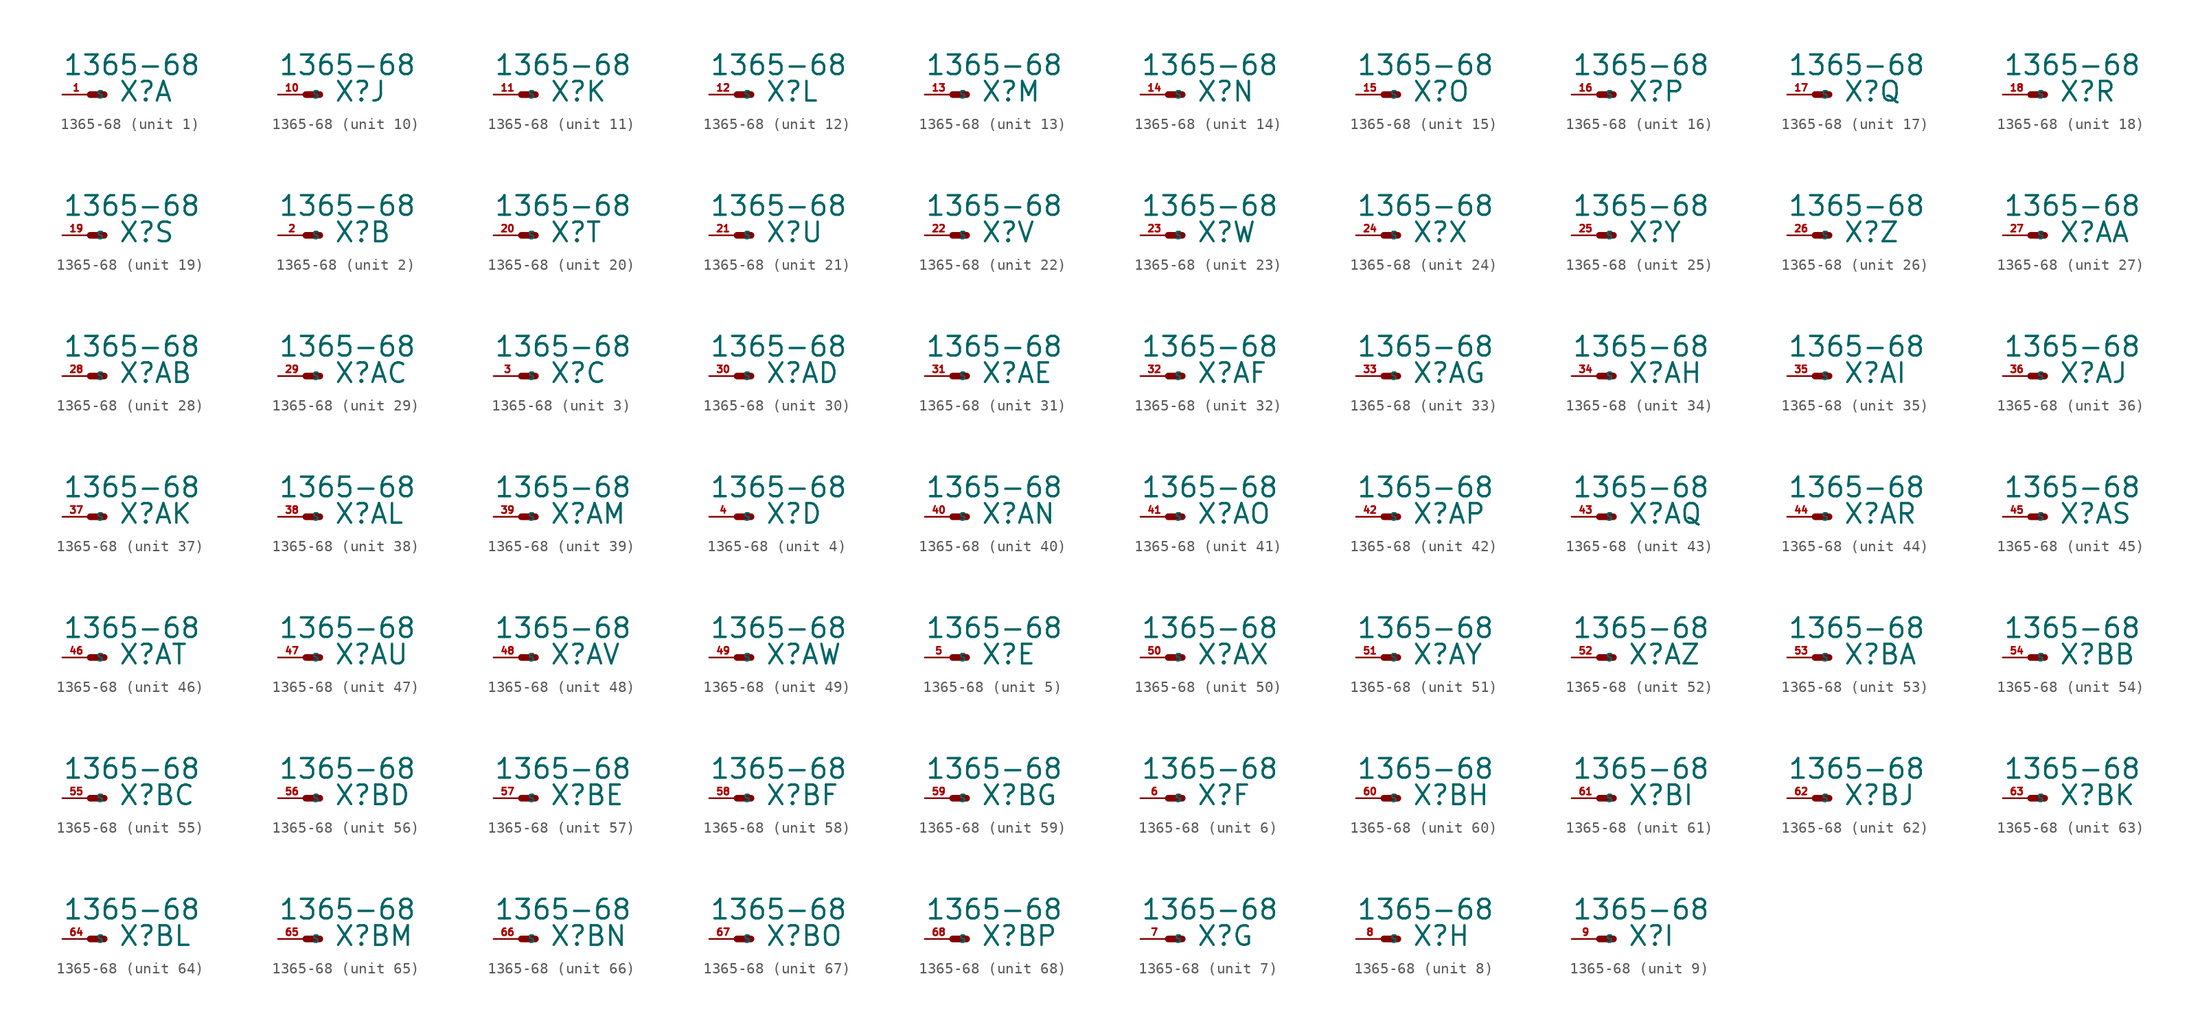
<source format=kicad_sym>
(kicad_symbol_lib
  (version 20220914)
  (generator Eagle2Kicad)
  (symbol "1365-68"
    (property "Reference" "X"
      (at 2.54 -0.762 0)
      (effects (font (size 1.778 1.778) (thickness 0.22)) (justify left bottom)))
    (property "Value" "1365-68"
      (at -2.54 1.651 0)
      (effects (font (size 1.778 1.778) (thickness 0.22)) (justify left bottom)))
    (symbol "1365-68_1_0"
      (polyline (pts (xy 0 0) (xy 1.27 0)) (stroke (width 0.61) (type default)) (fill (type none)))
      (pin passive line (at -2.54 0 0) (length 2.54) (name "S" (effects (font (size 0.635 0.635) (thickness 0.08)) (justify left bottom))) (number "1" (effects (font (size 0.635 0.635) (thickness 0.08)) (justify left bottom)))))
    (symbol "1365-68_2_0"
      (polyline (pts (xy 0 0) (xy 1.27 0)) (stroke (width 0.61) (type default)) (fill (type none)))
      (pin passive line (at -2.54 0 0) (length 2.54) (name "S" (effects (font (size 0.635 0.635) (thickness 0.08)) (justify left bottom))) (number "2" (effects (font (size 0.635 0.635) (thickness 0.08)) (justify left bottom)))))
    (symbol "1365-68_3_0"
      (polyline (pts (xy 0 0) (xy 1.27 0)) (stroke (width 0.61) (type default)) (fill (type none)))
      (pin passive line (at -2.54 0 0) (length 2.54) (name "S" (effects (font (size 0.635 0.635) (thickness 0.08)) (justify left bottom))) (number "3" (effects (font (size 0.635 0.635) (thickness 0.08)) (justify left bottom)))))
    (symbol "1365-68_4_0"
      (polyline (pts (xy 0 0) (xy 1.27 0)) (stroke (width 0.61) (type default)) (fill (type none)))
      (pin passive line (at -2.54 0 0) (length 2.54) (name "S" (effects (font (size 0.635 0.635) (thickness 0.08)) (justify left bottom))) (number "4" (effects (font (size 0.635 0.635) (thickness 0.08)) (justify left bottom)))))
    (symbol "1365-68_5_0"
      (polyline (pts (xy 0 0) (xy 1.27 0)) (stroke (width 0.61) (type default)) (fill (type none)))
      (pin passive line (at -2.54 0 0) (length 2.54) (name "S" (effects (font (size 0.635 0.635) (thickness 0.08)) (justify left bottom))) (number "5" (effects (font (size 0.635 0.635) (thickness 0.08)) (justify left bottom)))))
    (symbol "1365-68_6_0"
      (polyline (pts (xy 0 0) (xy 1.27 0)) (stroke (width 0.61) (type default)) (fill (type none)))
      (pin passive line (at -2.54 0 0) (length 2.54) (name "S" (effects (font (size 0.635 0.635) (thickness 0.08)) (justify left bottom))) (number "6" (effects (font (size 0.635 0.635) (thickness 0.08)) (justify left bottom)))))
    (symbol "1365-68_7_0"
      (polyline (pts (xy 0 0) (xy 1.27 0)) (stroke (width 0.61) (type default)) (fill (type none)))
      (pin passive line (at -2.54 0 0) (length 2.54) (name "S" (effects (font (size 0.635 0.635) (thickness 0.08)) (justify left bottom))) (number "7" (effects (font (size 0.635 0.635) (thickness 0.08)) (justify left bottom)))))
    (symbol "1365-68_8_0"
      (polyline (pts (xy 0 0) (xy 1.27 0)) (stroke (width 0.61) (type default)) (fill (type none)))
      (pin passive line (at -2.54 0 0) (length 2.54) (name "S" (effects (font (size 0.635 0.635) (thickness 0.08)) (justify left bottom))) (number "8" (effects (font (size 0.635 0.635) (thickness 0.08)) (justify left bottom)))))
    (symbol "1365-68_9_0"
      (polyline (pts (xy 0 0) (xy 1.27 0)) (stroke (width 0.61) (type default)) (fill (type none)))
      (pin passive line (at -2.54 0 0) (length 2.54) (name "S" (effects (font (size 0.635 0.635) (thickness 0.08)) (justify left bottom))) (number "9" (effects (font (size 0.635 0.635) (thickness 0.08)) (justify left bottom)))))
    (symbol "1365-68_10_0"
      (polyline (pts (xy 0 0) (xy 1.27 0)) (stroke (width 0.61) (type default)) (fill (type none)))
      (pin passive line (at -2.54 0 0) (length 2.54) (name "S" (effects (font (size 0.635 0.635) (thickness 0.08)) (justify left bottom))) (number "10" (effects (font (size 0.635 0.635) (thickness 0.08)) (justify left bottom)))))
    (symbol "1365-68_11_0"
      (polyline (pts (xy 0 0) (xy 1.27 0)) (stroke (width 0.61) (type default)) (fill (type none)))
      (pin passive line (at -2.54 0 0) (length 2.54) (name "S" (effects (font (size 0.635 0.635) (thickness 0.08)) (justify left bottom))) (number "11" (effects (font (size 0.635 0.635) (thickness 0.08)) (justify left bottom)))))
    (symbol "1365-68_12_0"
      (polyline (pts (xy 0 0) (xy 1.27 0)) (stroke (width 0.61) (type default)) (fill (type none)))
      (pin passive line (at -2.54 0 0) (length 2.54) (name "S" (effects (font (size 0.635 0.635) (thickness 0.08)) (justify left bottom))) (number "12" (effects (font (size 0.635 0.635) (thickness 0.08)) (justify left bottom)))))
    (symbol "1365-68_13_0"
      (polyline (pts (xy 0 0) (xy 1.27 0)) (stroke (width 0.61) (type default)) (fill (type none)))
      (pin passive line (at -2.54 0 0) (length 2.54) (name "S" (effects (font (size 0.635 0.635) (thickness 0.08)) (justify left bottom))) (number "13" (effects (font (size 0.635 0.635) (thickness 0.08)) (justify left bottom)))))
    (symbol "1365-68_14_0"
      (polyline (pts (xy 0 0) (xy 1.27 0)) (stroke (width 0.61) (type default)) (fill (type none)))
      (pin passive line (at -2.54 0 0) (length 2.54) (name "S" (effects (font (size 0.635 0.635) (thickness 0.08)) (justify left bottom))) (number "14" (effects (font (size 0.635 0.635) (thickness 0.08)) (justify left bottom)))))
    (symbol "1365-68_15_0"
      (polyline (pts (xy 0 0) (xy 1.27 0)) (stroke (width 0.61) (type default)) (fill (type none)))
      (pin passive line (at -2.54 0 0) (length 2.54) (name "S" (effects (font (size 0.635 0.635) (thickness 0.08)) (justify left bottom))) (number "15" (effects (font (size 0.635 0.635) (thickness 0.08)) (justify left bottom)))))
    (symbol "1365-68_16_0"
      (polyline (pts (xy 0 0) (xy 1.27 0)) (stroke (width 0.61) (type default)) (fill (type none)))
      (pin passive line (at -2.54 0 0) (length 2.54) (name "S" (effects (font (size 0.635 0.635) (thickness 0.08)) (justify left bottom))) (number "16" (effects (font (size 0.635 0.635) (thickness 0.08)) (justify left bottom)))))
    (symbol "1365-68_17_0"
      (polyline (pts (xy 0 0) (xy 1.27 0)) (stroke (width 0.61) (type default)) (fill (type none)))
      (pin passive line (at -2.54 0 0) (length 2.54) (name "S" (effects (font (size 0.635 0.635) (thickness 0.08)) (justify left bottom))) (number "17" (effects (font (size 0.635 0.635) (thickness 0.08)) (justify left bottom)))))
    (symbol "1365-68_18_0"
      (polyline (pts (xy 0 0) (xy 1.27 0)) (stroke (width 0.61) (type default)) (fill (type none)))
      (pin passive line (at -2.54 0 0) (length 2.54) (name "S" (effects (font (size 0.635 0.635) (thickness 0.08)) (justify left bottom))) (number "18" (effects (font (size 0.635 0.635) (thickness 0.08)) (justify left bottom)))))
    (symbol "1365-68_19_0"
      (polyline (pts (xy 0 0) (xy 1.27 0)) (stroke (width 0.61) (type default)) (fill (type none)))
      (pin passive line (at -2.54 0 0) (length 2.54) (name "S" (effects (font (size 0.635 0.635) (thickness 0.08)) (justify left bottom))) (number "19" (effects (font (size 0.635 0.635) (thickness 0.08)) (justify left bottom)))))
    (symbol "1365-68_20_0"
      (polyline (pts (xy 0 0) (xy 1.27 0)) (stroke (width 0.61) (type default)) (fill (type none)))
      (pin passive line (at -2.54 0 0) (length 2.54) (name "S" (effects (font (size 0.635 0.635) (thickness 0.08)) (justify left bottom))) (number "20" (effects (font (size 0.635 0.635) (thickness 0.08)) (justify left bottom)))))
    (symbol "1365-68_21_0"
      (polyline (pts (xy 0 0) (xy 1.27 0)) (stroke (width 0.61) (type default)) (fill (type none)))
      (pin passive line (at -2.54 0 0) (length 2.54) (name "S" (effects (font (size 0.635 0.635) (thickness 0.08)) (justify left bottom))) (number "21" (effects (font (size 0.635 0.635) (thickness 0.08)) (justify left bottom)))))
    (symbol "1365-68_22_0"
      (polyline (pts (xy 0 0) (xy 1.27 0)) (stroke (width 0.61) (type default)) (fill (type none)))
      (pin passive line (at -2.54 0 0) (length 2.54) (name "S" (effects (font (size 0.635 0.635) (thickness 0.08)) (justify left bottom))) (number "22" (effects (font (size 0.635 0.635) (thickness 0.08)) (justify left bottom)))))
    (symbol "1365-68_23_0"
      (polyline (pts (xy 0 0) (xy 1.27 0)) (stroke (width 0.61) (type default)) (fill (type none)))
      (pin passive line (at -2.54 0 0) (length 2.54) (name "S" (effects (font (size 0.635 0.635) (thickness 0.08)) (justify left bottom))) (number "23" (effects (font (size 0.635 0.635) (thickness 0.08)) (justify left bottom)))))
    (symbol "1365-68_24_0"
      (polyline (pts (xy 0 0) (xy 1.27 0)) (stroke (width 0.61) (type default)) (fill (type none)))
      (pin passive line (at -2.54 0 0) (length 2.54) (name "S" (effects (font (size 0.635 0.635) (thickness 0.08)) (justify left bottom))) (number "24" (effects (font (size 0.635 0.635) (thickness 0.08)) (justify left bottom)))))
    (symbol "1365-68_25_0"
      (polyline (pts (xy 0 0) (xy 1.27 0)) (stroke (width 0.61) (type default)) (fill (type none)))
      (pin passive line (at -2.54 0 0) (length 2.54) (name "S" (effects (font (size 0.635 0.635) (thickness 0.08)) (justify left bottom))) (number "25" (effects (font (size 0.635 0.635) (thickness 0.08)) (justify left bottom)))))
    (symbol "1365-68_26_0"
      (polyline (pts (xy 0 0) (xy 1.27 0)) (stroke (width 0.61) (type default)) (fill (type none)))
      (pin passive line (at -2.54 0 0) (length 2.54) (name "S" (effects (font (size 0.635 0.635) (thickness 0.08)) (justify left bottom))) (number "26" (effects (font (size 0.635 0.635) (thickness 0.08)) (justify left bottom)))))
    (symbol "1365-68_27_0"
      (polyline (pts (xy 0 0) (xy 1.27 0)) (stroke (width 0.61) (type default)) (fill (type none)))
      (pin passive line (at -2.54 0 0) (length 2.54) (name "S" (effects (font (size 0.635 0.635) (thickness 0.08)) (justify left bottom))) (number "27" (effects (font (size 0.635 0.635) (thickness 0.08)) (justify left bottom)))))
    (symbol "1365-68_28_0"
      (polyline (pts (xy 0 0) (xy 1.27 0)) (stroke (width 0.61) (type default)) (fill (type none)))
      (pin passive line (at -2.54 0 0) (length 2.54) (name "S" (effects (font (size 0.635 0.635) (thickness 0.08)) (justify left bottom))) (number "28" (effects (font (size 0.635 0.635) (thickness 0.08)) (justify left bottom)))))
    (symbol "1365-68_29_0"
      (polyline (pts (xy 0 0) (xy 1.27 0)) (stroke (width 0.61) (type default)) (fill (type none)))
      (pin passive line (at -2.54 0 0) (length 2.54) (name "S" (effects (font (size 0.635 0.635) (thickness 0.08)) (justify left bottom))) (number "29" (effects (font (size 0.635 0.635) (thickness 0.08)) (justify left bottom)))))
    (symbol "1365-68_30_0"
      (polyline (pts (xy 0 0) (xy 1.27 0)) (stroke (width 0.61) (type default)) (fill (type none)))
      (pin passive line (at -2.54 0 0) (length 2.54) (name "S" (effects (font (size 0.635 0.635) (thickness 0.08)) (justify left bottom))) (number "30" (effects (font (size 0.635 0.635) (thickness 0.08)) (justify left bottom)))))
    (symbol "1365-68_31_0"
      (polyline (pts (xy 0 0) (xy 1.27 0)) (stroke (width 0.61) (type default)) (fill (type none)))
      (pin passive line (at -2.54 0 0) (length 2.54) (name "S" (effects (font (size 0.635 0.635) (thickness 0.08)) (justify left bottom))) (number "31" (effects (font (size 0.635 0.635) (thickness 0.08)) (justify left bottom)))))
    (symbol "1365-68_32_0"
      (polyline (pts (xy 0 0) (xy 1.27 0)) (stroke (width 0.61) (type default)) (fill (type none)))
      (pin passive line (at -2.54 0 0) (length 2.54) (name "S" (effects (font (size 0.635 0.635) (thickness 0.08)) (justify left bottom))) (number "32" (effects (font (size 0.635 0.635) (thickness 0.08)) (justify left bottom)))))
    (symbol "1365-68_33_0"
      (polyline (pts (xy 0 0) (xy 1.27 0)) (stroke (width 0.61) (type default)) (fill (type none)))
      (pin passive line (at -2.54 0 0) (length 2.54) (name "S" (effects (font (size 0.635 0.635) (thickness 0.08)) (justify left bottom))) (number "33" (effects (font (size 0.635 0.635) (thickness 0.08)) (justify left bottom)))))
    (symbol "1365-68_34_0"
      (polyline (pts (xy 0 0) (xy 1.27 0)) (stroke (width 0.61) (type default)) (fill (type none)))
      (pin passive line (at -2.54 0 0) (length 2.54) (name "S" (effects (font (size 0.635 0.635) (thickness 0.08)) (justify left bottom))) (number "34" (effects (font (size 0.635 0.635) (thickness 0.08)) (justify left bottom)))))
    (symbol "1365-68_35_0"
      (polyline (pts (xy 0 0) (xy 1.27 0)) (stroke (width 0.61) (type default)) (fill (type none)))
      (pin passive line (at -2.54 0 0) (length 2.54) (name "S" (effects (font (size 0.635 0.635) (thickness 0.08)) (justify left bottom))) (number "35" (effects (font (size 0.635 0.635) (thickness 0.08)) (justify left bottom)))))
    (symbol "1365-68_36_0"
      (polyline (pts (xy 0 0) (xy 1.27 0)) (stroke (width 0.61) (type default)) (fill (type none)))
      (pin passive line (at -2.54 0 0) (length 2.54) (name "S" (effects (font (size 0.635 0.635) (thickness 0.08)) (justify left bottom))) (number "36" (effects (font (size 0.635 0.635) (thickness 0.08)) (justify left bottom)))))
    (symbol "1365-68_37_0"
      (polyline (pts (xy 0 0) (xy 1.27 0)) (stroke (width 0.61) (type default)) (fill (type none)))
      (pin passive line (at -2.54 0 0) (length 2.54) (name "S" (effects (font (size 0.635 0.635) (thickness 0.08)) (justify left bottom))) (number "37" (effects (font (size 0.635 0.635) (thickness 0.08)) (justify left bottom)))))
    (symbol "1365-68_38_0"
      (polyline (pts (xy 0 0) (xy 1.27 0)) (stroke (width 0.61) (type default)) (fill (type none)))
      (pin passive line (at -2.54 0 0) (length 2.54) (name "S" (effects (font (size 0.635 0.635) (thickness 0.08)) (justify left bottom))) (number "38" (effects (font (size 0.635 0.635) (thickness 0.08)) (justify left bottom)))))
    (symbol "1365-68_39_0"
      (polyline (pts (xy 0 0) (xy 1.27 0)) (stroke (width 0.61) (type default)) (fill (type none)))
      (pin passive line (at -2.54 0 0) (length 2.54) (name "S" (effects (font (size 0.635 0.635) (thickness 0.08)) (justify left bottom))) (number "39" (effects (font (size 0.635 0.635) (thickness 0.08)) (justify left bottom)))))
    (symbol "1365-68_40_0"
      (polyline (pts (xy 0 0) (xy 1.27 0)) (stroke (width 0.61) (type default)) (fill (type none)))
      (pin passive line (at -2.54 0 0) (length 2.54) (name "S" (effects (font (size 0.635 0.635) (thickness 0.08)) (justify left bottom))) (number "40" (effects (font (size 0.635 0.635) (thickness 0.08)) (justify left bottom)))))
    (symbol "1365-68_41_0"
      (polyline (pts (xy 0 0) (xy 1.27 0)) (stroke (width 0.61) (type default)) (fill (type none)))
      (pin passive line (at -2.54 0 0) (length 2.54) (name "S" (effects (font (size 0.635 0.635) (thickness 0.08)) (justify left bottom))) (number "41" (effects (font (size 0.635 0.635) (thickness 0.08)) (justify left bottom)))))
    (symbol "1365-68_42_0"
      (polyline (pts (xy 0 0) (xy 1.27 0)) (stroke (width 0.61) (type default)) (fill (type none)))
      (pin passive line (at -2.54 0 0) (length 2.54) (name "S" (effects (font (size 0.635 0.635) (thickness 0.08)) (justify left bottom))) (number "42" (effects (font (size 0.635 0.635) (thickness 0.08)) (justify left bottom)))))
    (symbol "1365-68_43_0"
      (polyline (pts (xy 0 0) (xy 1.27 0)) (stroke (width 0.61) (type default)) (fill (type none)))
      (pin passive line (at -2.54 0 0) (length 2.54) (name "S" (effects (font (size 0.635 0.635) (thickness 0.08)) (justify left bottom))) (number "43" (effects (font (size 0.635 0.635) (thickness 0.08)) (justify left bottom)))))
    (symbol "1365-68_44_0"
      (polyline (pts (xy 0 0) (xy 1.27 0)) (stroke (width 0.61) (type default)) (fill (type none)))
      (pin passive line (at -2.54 0 0) (length 2.54) (name "S" (effects (font (size 0.635 0.635) (thickness 0.08)) (justify left bottom))) (number "44" (effects (font (size 0.635 0.635) (thickness 0.08)) (justify left bottom)))))
    (symbol "1365-68_45_0"
      (polyline (pts (xy 0 0) (xy 1.27 0)) (stroke (width 0.61) (type default)) (fill (type none)))
      (pin passive line (at -2.54 0 0) (length 2.54) (name "S" (effects (font (size 0.635 0.635) (thickness 0.08)) (justify left bottom))) (number "45" (effects (font (size 0.635 0.635) (thickness 0.08)) (justify left bottom)))))
    (symbol "1365-68_46_0"
      (polyline (pts (xy 0 0) (xy 1.27 0)) (stroke (width 0.61) (type default)) (fill (type none)))
      (pin passive line (at -2.54 0 0) (length 2.54) (name "S" (effects (font (size 0.635 0.635) (thickness 0.08)) (justify left bottom))) (number "46" (effects (font (size 0.635 0.635) (thickness 0.08)) (justify left bottom)))))
    (symbol "1365-68_47_0"
      (polyline (pts (xy 0 0) (xy 1.27 0)) (stroke (width 0.61) (type default)) (fill (type none)))
      (pin passive line (at -2.54 0 0) (length 2.54) (name "S" (effects (font (size 0.635 0.635) (thickness 0.08)) (justify left bottom))) (number "47" (effects (font (size 0.635 0.635) (thickness 0.08)) (justify left bottom)))))
    (symbol "1365-68_48_0"
      (polyline (pts (xy 0 0) (xy 1.27 0)) (stroke (width 0.61) (type default)) (fill (type none)))
      (pin passive line (at -2.54 0 0) (length 2.54) (name "S" (effects (font (size 0.635 0.635) (thickness 0.08)) (justify left bottom))) (number "48" (effects (font (size 0.635 0.635) (thickness 0.08)) (justify left bottom)))))
    (symbol "1365-68_49_0"
      (polyline (pts (xy 0 0) (xy 1.27 0)) (stroke (width 0.61) (type default)) (fill (type none)))
      (pin passive line (at -2.54 0 0) (length 2.54) (name "S" (effects (font (size 0.635 0.635) (thickness 0.08)) (justify left bottom))) (number "49" (effects (font (size 0.635 0.635) (thickness 0.08)) (justify left bottom)))))
    (symbol "1365-68_50_0"
      (polyline (pts (xy 0 0) (xy 1.27 0)) (stroke (width 0.61) (type default)) (fill (type none)))
      (pin passive line (at -2.54 0 0) (length 2.54) (name "S" (effects (font (size 0.635 0.635) (thickness 0.08)) (justify left bottom))) (number "50" (effects (font (size 0.635 0.635) (thickness 0.08)) (justify left bottom)))))
    (symbol "1365-68_51_0"
      (polyline (pts (xy 0 0) (xy 1.27 0)) (stroke (width 0.61) (type default)) (fill (type none)))
      (pin passive line (at -2.54 0 0) (length 2.54) (name "S" (effects (font (size 0.635 0.635) (thickness 0.08)) (justify left bottom))) (number "51" (effects (font (size 0.635 0.635) (thickness 0.08)) (justify left bottom)))))
    (symbol "1365-68_52_0"
      (polyline (pts (xy 0 0) (xy 1.27 0)) (stroke (width 0.61) (type default)) (fill (type none)))
      (pin passive line (at -2.54 0 0) (length 2.54) (name "S" (effects (font (size 0.635 0.635) (thickness 0.08)) (justify left bottom))) (number "52" (effects (font (size 0.635 0.635) (thickness 0.08)) (justify left bottom)))))
    (symbol "1365-68_53_0"
      (polyline (pts (xy 0 0) (xy 1.27 0)) (stroke (width 0.61) (type default)) (fill (type none)))
      (pin passive line (at -2.54 0 0) (length 2.54) (name "S" (effects (font (size 0.635 0.635) (thickness 0.08)) (justify left bottom))) (number "53" (effects (font (size 0.635 0.635) (thickness 0.08)) (justify left bottom)))))
    (symbol "1365-68_54_0"
      (polyline (pts (xy 0 0) (xy 1.27 0)) (stroke (width 0.61) (type default)) (fill (type none)))
      (pin passive line (at -2.54 0 0) (length 2.54) (name "S" (effects (font (size 0.635 0.635) (thickness 0.08)) (justify left bottom))) (number "54" (effects (font (size 0.635 0.635) (thickness 0.08)) (justify left bottom)))))
    (symbol "1365-68_55_0"
      (polyline (pts (xy 0 0) (xy 1.27 0)) (stroke (width 0.61) (type default)) (fill (type none)))
      (pin passive line (at -2.54 0 0) (length 2.54) (name "S" (effects (font (size 0.635 0.635) (thickness 0.08)) (justify left bottom))) (number "55" (effects (font (size 0.635 0.635) (thickness 0.08)) (justify left bottom)))))
    (symbol "1365-68_56_0"
      (polyline (pts (xy 0 0) (xy 1.27 0)) (stroke (width 0.61) (type default)) (fill (type none)))
      (pin passive line (at -2.54 0 0) (length 2.54) (name "S" (effects (font (size 0.635 0.635) (thickness 0.08)) (justify left bottom))) (number "56" (effects (font (size 0.635 0.635) (thickness 0.08)) (justify left bottom)))))
    (symbol "1365-68_57_0"
      (polyline (pts (xy 0 0) (xy 1.27 0)) (stroke (width 0.61) (type default)) (fill (type none)))
      (pin passive line (at -2.54 0 0) (length 2.54) (name "S" (effects (font (size 0.635 0.635) (thickness 0.08)) (justify left bottom))) (number "57" (effects (font (size 0.635 0.635) (thickness 0.08)) (justify left bottom)))))
    (symbol "1365-68_58_0"
      (polyline (pts (xy 0 0) (xy 1.27 0)) (stroke (width 0.61) (type default)) (fill (type none)))
      (pin passive line (at -2.54 0 0) (length 2.54) (name "S" (effects (font (size 0.635 0.635) (thickness 0.08)) (justify left bottom))) (number "58" (effects (font (size 0.635 0.635) (thickness 0.08)) (justify left bottom)))))
    (symbol "1365-68_59_0"
      (polyline (pts (xy 0 0) (xy 1.27 0)) (stroke (width 0.61) (type default)) (fill (type none)))
      (pin passive line (at -2.54 0 0) (length 2.54) (name "S" (effects (font (size 0.635 0.635) (thickness 0.08)) (justify left bottom))) (number "59" (effects (font (size 0.635 0.635) (thickness 0.08)) (justify left bottom)))))
    (symbol "1365-68_60_0"
      (polyline (pts (xy 0 0) (xy 1.27 0)) (stroke (width 0.61) (type default)) (fill (type none)))
      (pin passive line (at -2.54 0 0) (length 2.54) (name "S" (effects (font (size 0.635 0.635) (thickness 0.08)) (justify left bottom))) (number "60" (effects (font (size 0.635 0.635) (thickness 0.08)) (justify left bottom)))))
    (symbol "1365-68_61_0"
      (polyline (pts (xy 0 0) (xy 1.27 0)) (stroke (width 0.61) (type default)) (fill (type none)))
      (pin passive line (at -2.54 0 0) (length 2.54) (name "S" (effects (font (size 0.635 0.635) (thickness 0.08)) (justify left bottom))) (number "61" (effects (font (size 0.635 0.635) (thickness 0.08)) (justify left bottom)))))
    (symbol "1365-68_62_0"
      (polyline (pts (xy 0 0) (xy 1.27 0)) (stroke (width 0.61) (type default)) (fill (type none)))
      (pin passive line (at -2.54 0 0) (length 2.54) (name "S" (effects (font (size 0.635 0.635) (thickness 0.08)) (justify left bottom))) (number "62" (effects (font (size 0.635 0.635) (thickness 0.08)) (justify left bottom)))))
    (symbol "1365-68_63_0"
      (polyline (pts (xy 0 0) (xy 1.27 0)) (stroke (width 0.61) (type default)) (fill (type none)))
      (pin passive line (at -2.54 0 0) (length 2.54) (name "S" (effects (font (size 0.635 0.635) (thickness 0.08)) (justify left bottom))) (number "63" (effects (font (size 0.635 0.635) (thickness 0.08)) (justify left bottom)))))
    (symbol "1365-68_64_0"
      (polyline (pts (xy 0 0) (xy 1.27 0)) (stroke (width 0.61) (type default)) (fill (type none)))
      (pin passive line (at -2.54 0 0) (length 2.54) (name "S" (effects (font (size 0.635 0.635) (thickness 0.08)) (justify left bottom))) (number "64" (effects (font (size 0.635 0.635) (thickness 0.08)) (justify left bottom)))))
    (symbol "1365-68_65_0"
      (polyline (pts (xy 0 0) (xy 1.27 0)) (stroke (width 0.61) (type default)) (fill (type none)))
      (pin passive line (at -2.54 0 0) (length 2.54) (name "S" (effects (font (size 0.635 0.635) (thickness 0.08)) (justify left bottom))) (number "65" (effects (font (size 0.635 0.635) (thickness 0.08)) (justify left bottom)))))
    (symbol "1365-68_66_0"
      (polyline (pts (xy 0 0) (xy 1.27 0)) (stroke (width 0.61) (type default)) (fill (type none)))
      (pin passive line (at -2.54 0 0) (length 2.54) (name "S" (effects (font (size 0.635 0.635) (thickness 0.08)) (justify left bottom))) (number "66" (effects (font (size 0.635 0.635) (thickness 0.08)) (justify left bottom)))))
    (symbol "1365-68_67_0"
      (polyline (pts (xy 0 0) (xy 1.27 0)) (stroke (width 0.61) (type default)) (fill (type none)))
      (pin passive line (at -2.54 0 0) (length 2.54) (name "S" (effects (font (size 0.635 0.635) (thickness 0.08)) (justify left bottom))) (number "67" (effects (font (size 0.635 0.635) (thickness 0.08)) (justify left bottom)))))
    (symbol "1365-68_68_0"
      (polyline (pts (xy 0 0) (xy 1.27 0)) (stroke (width 0.61) (type default)) (fill (type none)))
      (pin passive line (at -2.54 0 0) (length 2.54) (name "S" (effects (font (size 0.635 0.635) (thickness 0.08)) (justify left bottom))) (number "68" (effects (font (size 0.635 0.635) (thickness 0.08)) (justify left bottom)))))))
</source>
